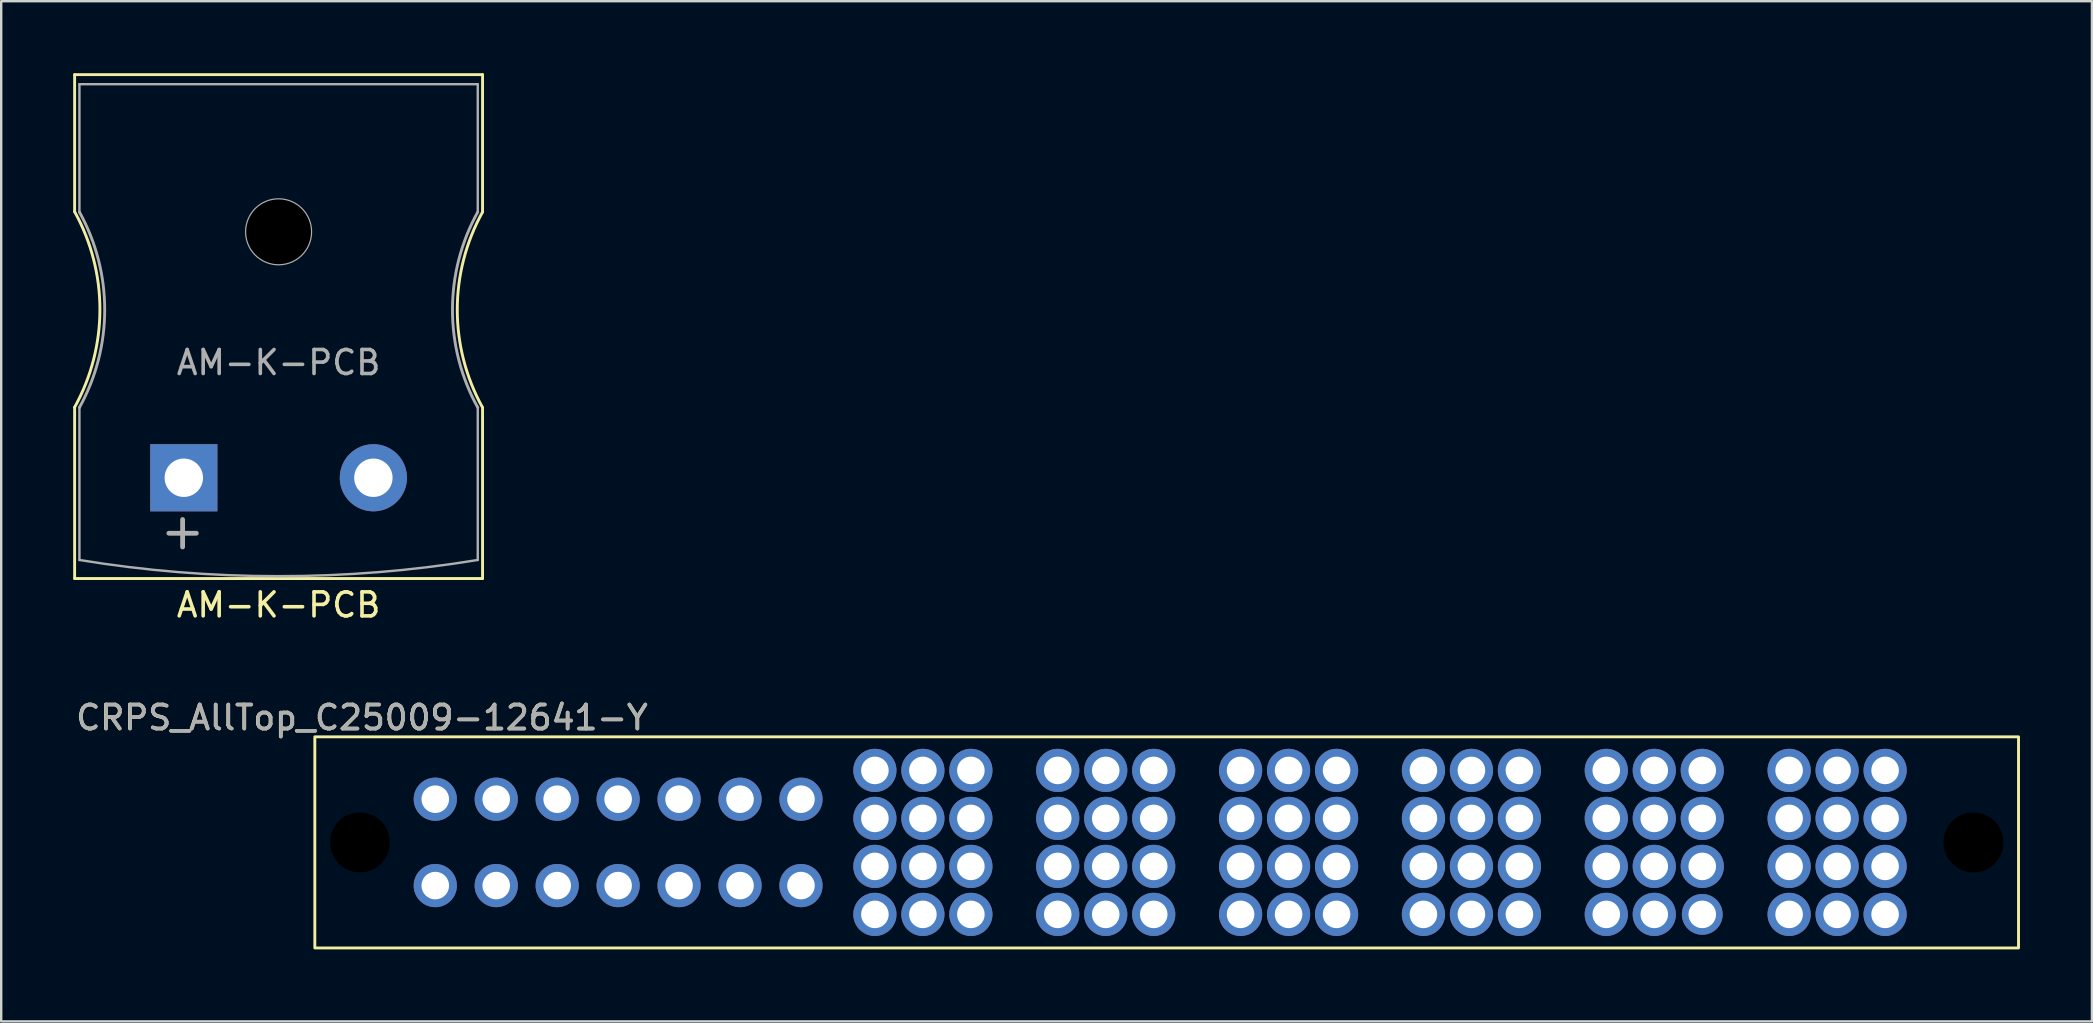
<source format=kicad_pcb>
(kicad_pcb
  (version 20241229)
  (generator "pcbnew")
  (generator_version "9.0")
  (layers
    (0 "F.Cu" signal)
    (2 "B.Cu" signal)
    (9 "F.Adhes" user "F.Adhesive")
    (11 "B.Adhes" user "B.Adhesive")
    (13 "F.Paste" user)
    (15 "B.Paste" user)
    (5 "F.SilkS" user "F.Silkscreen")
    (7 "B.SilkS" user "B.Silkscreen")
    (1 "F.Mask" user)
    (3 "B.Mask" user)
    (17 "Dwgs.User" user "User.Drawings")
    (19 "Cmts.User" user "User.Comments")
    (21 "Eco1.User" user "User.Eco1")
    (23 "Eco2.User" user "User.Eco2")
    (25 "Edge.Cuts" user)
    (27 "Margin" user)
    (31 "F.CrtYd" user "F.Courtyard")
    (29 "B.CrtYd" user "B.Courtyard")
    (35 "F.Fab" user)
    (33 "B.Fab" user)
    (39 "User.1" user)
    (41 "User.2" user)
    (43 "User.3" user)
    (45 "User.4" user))
  (footprint "CRPS_AllTop_C25009-12641-Y"
    (layer "F.Cu")
    (at 45.57 32.056)
    (property "Reference" "CRPS_AllTop_C25009-12641-Y" (at -33.54 -5.2 0) (unlocked yes) (layer "F.SilkS") (effects (font (size 1 1) (thickness 0.15))))
    (attr through_hole)
    (fp_rect (start 35.5 4.4) (end -35.5 -4.4) (stroke (width 0.12) (type solid)) (fill no) (layer "F.SilkS"))
    (fp_text user "${REFERENCE}" (at -33.53 -5.2 0) (unlocked yes) (layer "F.Fab") (effects (font (size 1 1) (thickness 0.15))))
    (pad "" np_thru_hole circle (at -33.62 0 180) (size 2.5 2.5) (drill 2.5) (layers "*.Mask"))
    (pad "" np_thru_hole circle (at 33.62 0 180) (size 2.5 2.5) (drill 2.5) (layers "*.Mask"))
    (pad "A1" thru_hole circle (at 29.94 1 180) (size 1.8 1.8) (drill 1.15) (layers "*.Cu" "*.Mask"))
    (pad "A1" thru_hole circle (at 29.94 3 180) (size 1.8 1.8) (drill 1.15) (layers "*.Cu" "*.Mask"))
    (pad "A2" thru_hole circle (at 27.94 1 180) (size 1.8 1.8) (drill 1.15) (layers "*.Cu" "*.Mask"))
    (pad "A2" thru_hole circle (at 27.94 3 180) (size 1.8 1.8) (drill 1.15) (layers "*.Cu" "*.Mask"))
    (pad "A3" thru_hole circle (at 25.94 1 180) (size 1.8 1.8) (drill 1.15) (layers "*.Cu" "*.Mask"))
    (pad "A3" thru_hole circle (at 25.94 3 180) (size 1.8 1.8) (drill 1.15) (layers "*.Cu" "*.Mask"))
    (pad "A4" thru_hole circle (at 22.32 1 180) (size 1.8 1.8) (drill 1.15) (layers "*.Cu" "*.Mask"))
    (pad "A4" thru_hole circle (at 22.32 3 180) (size 1.7 1.7) (drill 1.15) (layers "*.Cu" "*.Mask"))
    (pad "A5" thru_hole circle (at 20.32 1 180) (size 1.8 1.8) (drill 1.15) (layers "*.Cu" "*.Mask"))
    (pad "A5" thru_hole circle (at 20.32 3 180) (size 1.8 1.8) (drill 1.15) (layers "*.Cu" "*.Mask"))
    (pad "A6" thru_hole circle (at 18.32 1 180) (size 1.8 1.8) (drill 1.15) (layers "*.Cu" "*.Mask"))
    (pad "A6" thru_hole circle (at 18.32 3 180) (size 1.8 1.8) (drill 1.15) (layers "*.Cu" "*.Mask"))
    (pad "A7" thru_hole circle (at 14.7 1 180) (size 1.8 1.8) (drill 1.15) (layers "*.Cu" "*.Mask"))
    (pad "A7" thru_hole circle (at 14.7 3 180) (size 1.8 1.8) (drill 1.15) (layers "*.Cu" "*.Mask"))
    (pad "A8" thru_hole circle (at 12.7 1 180) (size 1.8 1.8) (drill 1.15) (layers "*.Cu" "*.Mask"))
    (pad "A8" thru_hole circle (at 12.7 3 180) (size 1.8 1.8) (drill 1.15) (layers "*.Cu" "*.Mask"))
    (pad "A9" thru_hole circle (at 10.7 1 180) (size 1.8 1.8) (drill 1.15) (layers "*.Cu" "*.Mask"))
    (pad "A9" thru_hole circle (at 10.7 3 180) (size 1.8 1.8) (drill 1.15) (layers "*.Cu" "*.Mask"))
    (pad "A10" thru_hole circle (at 7.08 1 180) (size 1.8 1.8) (drill 1.15) (layers "*.Cu" "*.Mask"))
    (pad "A10" thru_hole circle (at 7.08 3 180) (size 1.8 1.8) (drill 1.15) (layers "*.Cu" "*.Mask"))
    (pad "A11" thru_hole circle (at 5.08 1 180) (size 1.8 1.8) (drill 1.15) (layers "*.Cu" "*.Mask"))
    (pad "A11" thru_hole circle (at 5.08 3 180) (size 1.8 1.8) (drill 1.15) (layers "*.Cu" "*.Mask"))
    (pad "A12" thru_hole circle (at 3.08 1 180) (size 1.8 1.8) (drill 1.15) (layers "*.Cu" "*.Mask"))
    (pad "A12" thru_hole circle (at 3.08 3 180) (size 1.8 1.8) (drill 1.15) (layers "*.Cu" "*.Mask"))
    (pad "A13" thru_hole circle (at -0.54 1 180) (size 1.8 1.8) (drill 1.15) (layers "*.Cu" "*.Mask"))
    (pad "A13" thru_hole circle (at -0.54 3 180) (size 1.8 1.8) (drill 1.15) (layers "*.Cu" "*.Mask"))
    (pad "A14" thru_hole circle (at -2.54 1 180) (size 1.8 1.8) (drill 1.15) (layers "*.Cu" "*.Mask"))
    (pad "A14" thru_hole circle (at -2.54 3 180) (size 1.8 1.8) (drill 1.15) (layers "*.Cu" "*.Mask"))
    (pad "A15" thru_hole circle (at -4.54 1 180) (size 1.8 1.8) (drill 1.15) (layers "*.Cu" "*.Mask"))
    (pad "A15" thru_hole circle (at -4.54 3 180) (size 1.8 1.8) (drill 1.15) (layers "*.Cu" "*.Mask"))
    (pad "A16" thru_hole circle (at -8.16 1 180) (size 1.8 1.8) (drill 1.15) (layers "*.Cu" "*.Mask"))
    (pad "A16" thru_hole circle (at -8.16 3 180) (size 1.8 1.8) (drill 1.15) (layers "*.Cu" "*.Mask"))
    (pad "A17" thru_hole circle (at -10.16 1 180) (size 1.8 1.8) (drill 1.15) (layers "*.Cu" "*.Mask"))
    (pad "A17" thru_hole circle (at -10.16 3 180) (size 1.8 1.8) (drill 1.15) (layers "*.Cu" "*.Mask"))
    (pad "A18" thru_hole circle (at -12.16 1 180) (size 1.8 1.8) (drill 1.15) (layers "*.Cu" "*.Mask"))
    (pad "A18" thru_hole circle (at -12.16 3 180) (size 1.8 1.8) (drill 1.15) (layers "*.Cu" "*.Mask"))
    (pad "A19" thru_hole circle (at -15.24 1.8 180) (size 1.8 1.8) (drill 1.15) (layers "*.Cu" "*.Mask"))
    (pad "A20" thru_hole circle (at -17.78 1.8 180) (size 1.8 1.8) (drill 1.15) (layers "*.Cu" "*.Mask"))
    (pad "A21" thru_hole circle (at -20.32 1.8 180) (size 1.8 1.8) (drill 1.15) (layers "*.Cu" "*.Mask"))
    (pad "A22" thru_hole circle (at -22.86 1.8 180) (size 1.8 1.8) (drill 1.15) (layers "*.Cu" "*.Mask"))
    (pad "A23" thru_hole circle (at -25.4 1.8 180) (size 1.8 1.8) (drill 1.15) (layers "*.Cu" "*.Mask"))
    (pad "A24" thru_hole circle (at -27.94 1.8 180) (size 1.8 1.8) (drill 1.15) (layers "*.Cu" "*.Mask"))
    (pad "A25" thru_hole circle (at -30.48 1.8 180) (size 1.8 1.8) (drill 1.15) (layers "*.Cu" "*.Mask"))
    (pad "B1" thru_hole circle (at 29.94 -3 180) (size 1.8 1.8) (drill 1.15) (layers "*.Cu" "*.Mask"))
    (pad "B1" thru_hole circle (at 29.94 -1 180) (size 1.8 1.8) (drill 1.15) (layers "*.Cu" "*.Mask"))
    (pad "B2" thru_hole circle (at 27.94 -3 180) (size 1.8 1.8) (drill 1.15) (layers "*.Cu" "*.Mask"))
    (pad "B2" thru_hole circle (at 27.94 -1 180) (size 1.8 1.8) (drill 1.15) (layers "*.Cu" "*.Mask"))
    (pad "B3" thru_hole circle (at 25.94 -3 180) (size 1.8 1.8) (drill 1.15) (layers "*.Cu" "*.Mask"))
    (pad "B3" thru_hole circle (at 25.94 -1 180) (size 1.8 1.8) (drill 1.15) (layers "*.Cu" "*.Mask"))
    (pad "B4" thru_hole circle (at 22.32 -3 180) (size 1.8 1.8) (drill 1.15) (layers "*.Cu" "*.Mask"))
    (pad "B4" thru_hole circle (at 22.32 -1 180) (size 1.8 1.8) (drill 1.15) (layers "*.Cu" "*.Mask"))
    (pad "B5" thru_hole circle (at 20.32 -3 180) (size 1.8 1.8) (drill 1.15) (layers "*.Cu" "*.Mask"))
    (pad "B5" thru_hole circle (at 20.32 -1 180) (size 1.8 1.8) (drill 1.15) (layers "*.Cu" "*.Mask"))
    (pad "B6" thru_hole circle (at 18.32 -3 180) (size 1.8 1.8) (drill 1.15) (layers "*.Cu" "*.Mask"))
    (pad "B6" thru_hole circle (at 18.32 -1 180) (size 1.8 1.8) (drill 1.15) (layers "*.Cu" "*.Mask"))
    (pad "B7" thru_hole circle (at 14.7 -3 180) (size 1.8 1.8) (drill 1.15) (layers "*.Cu" "*.Mask"))
    (pad "B7" thru_hole circle (at 14.7 -1 180) (size 1.8 1.8) (drill 1.15) (layers "*.Cu" "*.Mask"))
    (pad "B8" thru_hole circle (at 12.7 -3 180) (size 1.8 1.8) (drill 1.15) (layers "*.Cu" "*.Mask"))
    (pad "B8" thru_hole circle (at 12.7 -1 180) (size 1.8 1.8) (drill 1.15) (layers "*.Cu" "*.Mask"))
    (pad "B9" thru_hole circle (at 10.7 -3 180) (size 1.8 1.8) (drill 1.15) (layers "*.Cu" "*.Mask"))
    (pad "B9" thru_hole circle (at 10.7 -1 180) (size 1.8 1.8) (drill 1.15) (layers "*.Cu" "*.Mask"))
    (pad "B10" thru_hole circle (at 7.08 -3 180) (size 1.8 1.8) (drill 1.15) (layers "*.Cu" "*.Mask"))
    (pad "B10" thru_hole circle (at 7.08 -1 180) (size 1.8 1.8) (drill 1.15) (layers "*.Cu" "*.Mask"))
    (pad "B11" thru_hole circle (at 5.08 -3 180) (size 1.8 1.8) (drill 1.15) (layers "*.Cu" "*.Mask"))
    (pad "B11" thru_hole circle (at 5.08 -1 180) (size 1.8 1.8) (drill 1.15) (layers "*.Cu" "*.Mask"))
    (pad "B12" thru_hole circle (at 3.08 -3 180) (size 1.8 1.8) (drill 1.15) (layers "*.Cu" "*.Mask"))
    (pad "B12" thru_hole circle (at 3.08 -1 180) (size 1.8 1.8) (drill 1.15) (layers "*.Cu" "*.Mask"))
    (pad "B13" thru_hole circle (at -0.54 -3 180) (size 1.8 1.8) (drill 1.15) (layers "*.Cu" "*.Mask"))
    (pad "B13" thru_hole circle (at -0.54 -1 180) (size 1.8 1.8) (drill 1.15) (layers "*.Cu" "*.Mask"))
    (pad "B14" thru_hole circle (at -2.54 -3 180) (size 1.8 1.8) (drill 1.15) (layers "*.Cu" "*.Mask"))
    (pad "B14" thru_hole circle (at -2.54 -1 180) (size 1.8 1.8) (drill 1.15) (layers "*.Cu" "*.Mask"))
    (pad "B15" thru_hole circle (at -4.54 -3 180) (size 1.8 1.8) (drill 1.15) (layers "*.Cu" "*.Mask"))
    (pad "B15" thru_hole circle (at -4.54 -1 180) (size 1.8 1.8) (drill 1.15) (layers "*.Cu" "*.Mask"))
    (pad "B16" thru_hole circle (at -8.16 -3 180) (size 1.8 1.8) (drill 1.15) (layers "*.Cu" "*.Mask"))
    (pad "B16" thru_hole circle (at -8.16 -1 180) (size 1.8 1.8) (drill 1.15) (layers "*.Cu" "*.Mask"))
    (pad "B17" thru_hole circle (at -10.16 -3 180) (size 1.8 1.8) (drill 1.15) (layers "*.Cu" "*.Mask"))
    (pad "B17" thru_hole circle (at -10.16 -1 180) (size 1.8 1.8) (drill 1.15) (layers "*.Cu" "*.Mask"))
    (pad "B18" thru_hole circle (at -12.16 -3 180) (size 1.8 1.8) (drill 1.15) (layers "*.Cu" "*.Mask"))
    (pad "B18" thru_hole circle (at -12.16 -1 180) (size 1.8 1.8) (drill 1.15) (layers "*.Cu" "*.Mask"))
    (pad "B19" thru_hole circle (at -15.24 -1.8 180) (size 1.8 1.8) (drill 1.15) (layers "*.Cu" "*.Mask"))
    (pad "B20" thru_hole circle (at -17.78 -1.8 180) (size 1.8 1.8) (drill 1.15) (layers "*.Cu" "*.Mask"))
    (pad "B21" thru_hole circle (at -20.32 -1.8 180) (size 1.8 1.8) (drill 1.15) (layers "*.Cu" "*.Mask"))
    (pad "B22" thru_hole circle (at -22.86 -1.8 180) (size 1.8 1.8) (drill 1.15) (layers "*.Cu" "*.Mask"))
    (pad "B23" thru_hole circle (at -25.4 -1.8 180) (size 1.8 1.8) (drill 1.15) (layers "*.Cu" "*.Mask"))
    (pad "B24" thru_hole circle (at -27.94 -1.8 180) (size 1.8 1.8) (drill 1.15) (layers "*.Cu" "*.Mask"))
    (pad "B25" thru_hole circle (at -30.48 -1.8 180) (size 1.8 1.8) (drill 1.15) (layers "*.Cu" "*.Mask")))
  (footprint "AM-K-PCB"
    (layer "F.Cu")
    (at 8.56 16.86)
    (property "Reference" "AM-K-PCB" (at 0 5.3 0) (unlocked yes) (layer "F.SilkS") (effects (font (size 1 1) (thickness 0.15))))
    (attr through_hole)
    (fp_line (start -8.5 -11.088) (end -8.5 -16.8) (stroke (width 0.12) (type default)) (layer "F.SilkS"))
    (fp_line (start -8.5 -2.939) (end -8.5 4.2) (stroke (width 0.12) (type default)) (layer "F.SilkS"))
    (fp_line (start -8.5 4.2) (end 8.5 4.2) (stroke (width 0.12) (type default)) (layer "F.SilkS"))
    (fp_line (start 8.5 -16.8) (end -8.5 -16.8) (stroke (width 0.12) (type default)) (layer "F.SilkS"))
    (fp_line (start 8.5 -11.074) (end 8.5 -16.8) (stroke (width 0.12) (type default)) (layer "F.SilkS"))
    (fp_line (start 8.5 -2.926) (end 8.5 4.2) (stroke (width 0.12) (type default)) (layer "F.SilkS"))
    (fp_arc (start -8.5 -11.087528) (mid -7.446275 -7.013077) (end -8.5 -2.938627) (stroke (width 0.12) (type default)) (layer "F.SilkS"))
    (fp_arc (start 8.5 -2.925551) (mid 7.446275 -7.000001) (end 8.5 -11.074452) (stroke (width 0.12) (type default)) (layer "F.SilkS"))
    (fp_line (start -8.3 -16.4) (end -8.3 -11.074) (stroke (width 0.1) (type default)) (layer "F.Fab"))
    (fp_line (start -8.3 -16.4) (end 8.3 -16.4) (stroke (width 0.1) (type default)) (layer "F.Fab"))
    (fp_line (start -8.3 -2.926) (end -8.3 3.426) (stroke (width 0.1) (type default)) (layer "F.Fab"))
    (fp_line (start 8.3 -11.074) (end 8.3 -16.4) (stroke (width 0.1) (type default)) (layer "F.Fab"))
    (fp_line (start 8.3 3.426) (end 8.3 -2.926) (stroke (width 0.1) (type default)) (layer "F.Fab"))
    (fp_arc (start -8.3 -11.074451) (mid -7.246275 -7) (end -8.3 -2.92555) (stroke (width 0.12) (type default)) (layer "F.Fab"))
    (fp_arc (start 0 4.1) (mid -4.163803 3.933274) (end -8.3 3.426388) (stroke (width 0.1) (type default)) (layer "F.Fab"))
    (fp_arc (start 8.3 -2.92555) (mid 7.246275 -7) (end 8.3 -11.074451) (stroke (width 0.12) (type default)) (layer "F.Fab"))
    (fp_arc (start 8.3 3.426388) (mid 4.163803 3.933274) (end 0 4.1) (stroke (width 0.1) (type default)) (layer "F.Fab"))
    (fp_circle (center 0 -10.25) (end 1.35 -10.25) (stroke (width 0.1) (type default)) (fill no) (layer "F.Fab"))
    (fp_text user "${REFERENCE}" (at 0 -4.8 0) (unlocked yes) (layer "F.Fab") (effects (font (size 1 1) (thickness 0.15))))
    (fp_text user "+" (at -4 2.2 0) (unlocked yes) (layer "F.Fab") (effects (font (size 1.5 1.5) (thickness 0.2))))
    (pad "" np_thru_hole circle (at 0 -10.25) (size 2.8 2.8) (drill 2.7) (layers "*.Mask"))
    (pad "1" thru_hole rect (at -3.95 0) (size 2.8 2.8) (drill 1.6) (layers "*.Cu" "*.Mask"))
    (pad "2" thru_hole circle (at 3.95 0) (size 2.8 2.8) (drill 1.6) (layers "*.Cu" "*.Mask")))
  (gr_rect
    (start -3 -3)
    (end 84.13 39.517)
    (stroke (width 0.1) (type default))
    (fill no)
    (layer "Edge.Cuts")))
</source>
